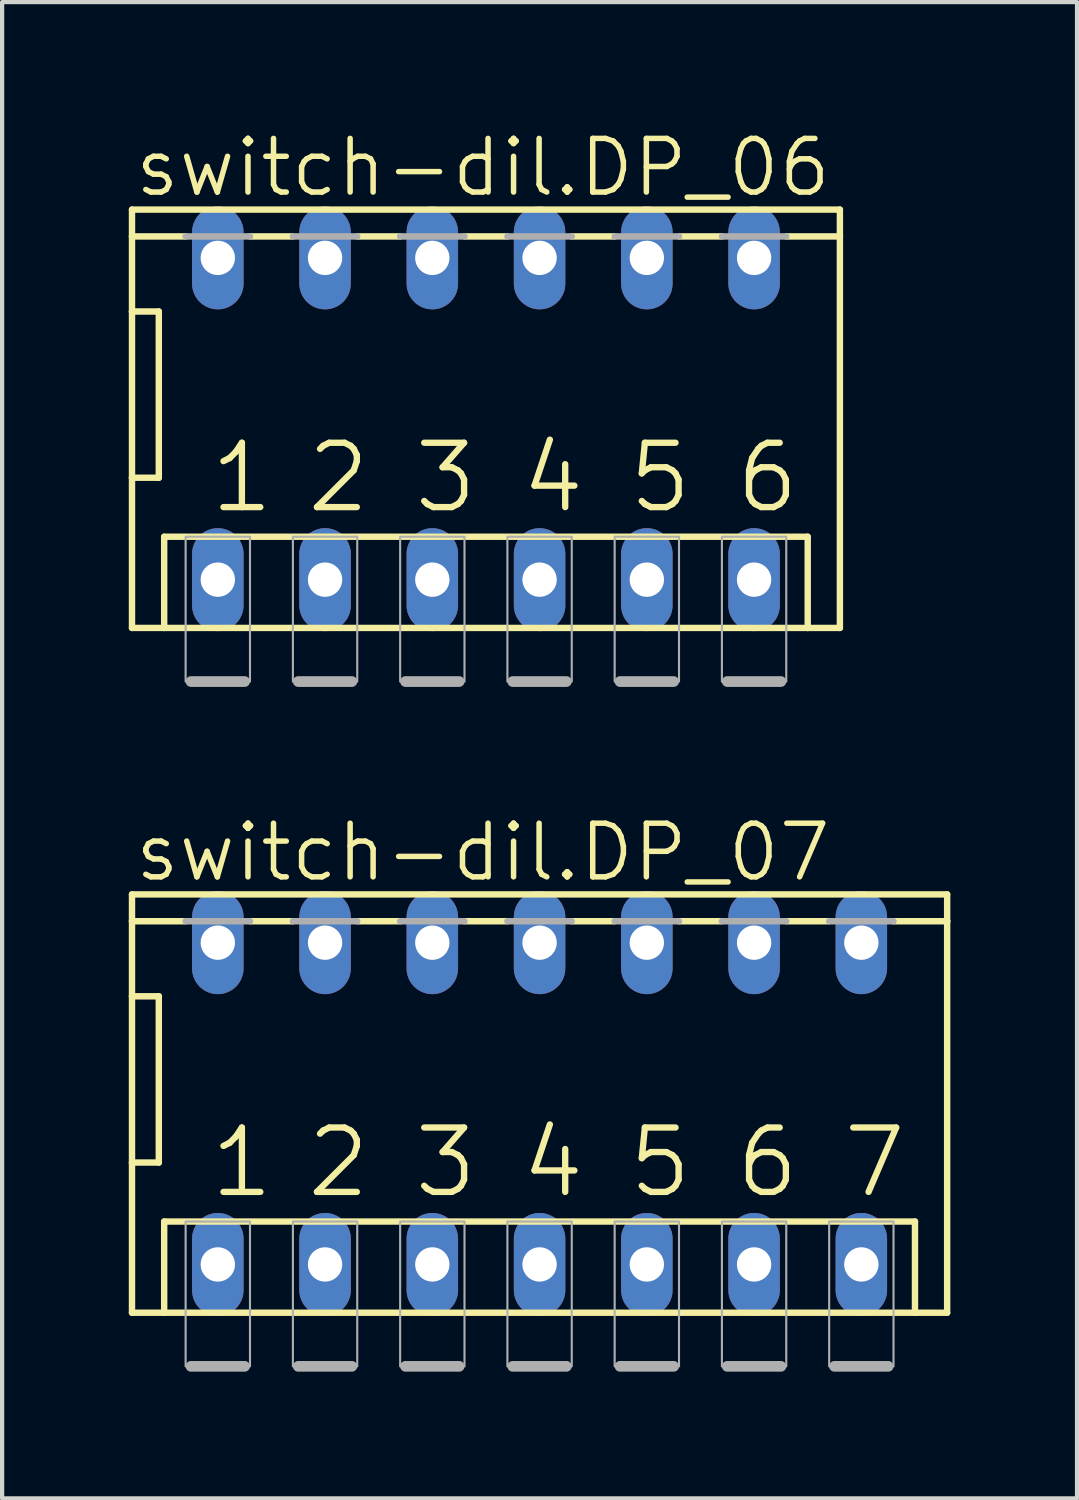
<source format=kicad_pcb>
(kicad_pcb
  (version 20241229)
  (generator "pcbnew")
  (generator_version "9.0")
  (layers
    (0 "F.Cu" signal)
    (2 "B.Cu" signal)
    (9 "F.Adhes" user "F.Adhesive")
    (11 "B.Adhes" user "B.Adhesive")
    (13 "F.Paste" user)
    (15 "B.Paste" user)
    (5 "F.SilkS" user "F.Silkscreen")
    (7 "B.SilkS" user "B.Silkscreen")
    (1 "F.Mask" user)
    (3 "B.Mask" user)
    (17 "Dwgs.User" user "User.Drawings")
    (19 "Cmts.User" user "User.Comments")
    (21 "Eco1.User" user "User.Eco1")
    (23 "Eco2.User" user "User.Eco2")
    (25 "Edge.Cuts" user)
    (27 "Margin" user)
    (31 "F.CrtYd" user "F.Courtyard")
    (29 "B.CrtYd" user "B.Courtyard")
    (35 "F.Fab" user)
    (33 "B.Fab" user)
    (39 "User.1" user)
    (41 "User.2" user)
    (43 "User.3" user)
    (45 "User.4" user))
  (footprint "switch-dil.DP_06"
    (layer "F.Cu")
    (at 8.458 6.867)
    (property "Reference" "switch-dil.DP_06" (at -8.382 -5.207 0) (layer "F.SilkS") (effects (font (size 1.27 1.27) (thickness 0.13)) (justify left bottom)))
    (attr through_hole)
    (fp_line (start -8.382 -4.953) (end -8.382 -4.318) (stroke (width 0.152) (type default)) (layer "F.SilkS"))
    (fp_line (start -8.382 -4.318) (end -8.382 -2.54) (stroke (width 0.152) (type default)) (layer "F.SilkS"))
    (fp_line (start -8.382 -2.54) (end -8.382 1.397) (stroke (width 0.152) (type default)) (layer "F.SilkS"))
    (fp_line (start -8.382 -2.54) (end -7.747 -2.54) (stroke (width 0.152) (type default)) (layer "F.SilkS"))
    (fp_line (start -8.382 1.397) (end -8.382 4.953) (stroke (width 0.152) (type default)) (layer "F.SilkS"))
    (fp_line (start -8.382 4.953) (end -7.62 4.953) (stroke (width 0.152) (type default)) (layer "F.SilkS"))
    (fp_line (start -7.747 1.397) (end -8.382 1.397) (stroke (width 0.152) (type default)) (layer "F.SilkS"))
    (fp_line (start -7.747 1.397) (end -7.747 -2.54) (stroke (width 0.152) (type default)) (layer "F.SilkS"))
    (fp_line (start -7.62 2.794) (end -7.62 4.953) (stroke (width 0.152) (type default)) (layer "F.SilkS"))
    (fp_line (start -7.62 2.794) (end 7.62 2.794) (stroke (width 0.152) (type default)) (layer "F.SilkS"))
    (fp_line (start -7.62 4.953) (end 7.62 4.953) (stroke (width 0.152) (type default)) (layer "F.SilkS"))
    (fp_line (start -7.112 -4.318) (end -8.382 -4.318) (stroke (width 0.152) (type default)) (layer "F.SilkS"))
    (fp_line (start -5.588 -4.318) (end -4.572 -4.318) (stroke (width 0.152) (type default)) (layer "F.SilkS"))
    (fp_line (start -3.048 -4.318) (end -2.032 -4.318) (stroke (width 0.152) (type default)) (layer "F.SilkS"))
    (fp_line (start -0.508 -4.318) (end 0.508 -4.318) (stroke (width 0.152) (type default)) (layer "F.SilkS"))
    (fp_line (start 2.032 -4.318) (end 3.048 -4.318) (stroke (width 0.152) (type default)) (layer "F.SilkS"))
    (fp_line (start 4.572 -4.318) (end 5.588 -4.318) (stroke (width 0.152) (type default)) (layer "F.SilkS"))
    (fp_line (start 7.62 2.794) (end 7.62 4.953) (stroke (width 0.152) (type default)) (layer "F.SilkS"))
    (fp_line (start 7.62 4.953) (end 8.382 4.953) (stroke (width 0.152) (type default)) (layer "F.SilkS"))
    (fp_line (start 8.382 -4.953) (end -8.382 -4.953) (stroke (width 0.152) (type default)) (layer "F.SilkS"))
    (fp_line (start 8.382 -4.318) (end 7.112 -4.318) (stroke (width 0.152) (type default)) (layer "F.SilkS"))
    (fp_line (start 8.382 -4.318) (end 8.382 -4.953) (stroke (width 0.152) (type default)) (layer "F.SilkS"))
    (fp_line (start 8.382 4.953) (end 8.382 -4.318) (stroke (width 0.152) (type default)) (layer "F.SilkS"))
    (fp_line (start -6.985 6.223) (end -5.715 6.223) (stroke (width 0.254) (type default)) (layer "F.Fab"))
    (fp_line (start -5.588 -4.318) (end -7.112 -4.318) (stroke (width 0.152) (type default)) (layer "F.Fab"))
    (fp_line (start -4.445 6.223) (end -3.175 6.223) (stroke (width 0.254) (type default)) (layer "F.Fab"))
    (fp_line (start -3.048 -4.318) (end -4.572 -4.318) (stroke (width 0.152) (type default)) (layer "F.Fab"))
    (fp_line (start -1.905 6.223) (end -0.635 6.223) (stroke (width 0.254) (type default)) (layer "F.Fab"))
    (fp_line (start -0.508 -4.318) (end -2.032 -4.318) (stroke (width 0.152) (type default)) (layer "F.Fab"))
    (fp_line (start 0.635 6.223) (end 1.905 6.223) (stroke (width 0.254) (type default)) (layer "F.Fab"))
    (fp_line (start 2.032 -4.318) (end 0.508 -4.318) (stroke (width 0.152) (type default)) (layer "F.Fab"))
    (fp_line (start 3.175 6.223) (end 4.445 6.223) (stroke (width 0.254) (type default)) (layer "F.Fab"))
    (fp_line (start 4.572 -4.318) (end 3.048 -4.318) (stroke (width 0.152) (type default)) (layer "F.Fab"))
    (fp_line (start 5.715 6.223) (end 6.985 6.223) (stroke (width 0.254) (type default)) (layer "F.Fab"))
    (fp_line (start 7.112 -4.318) (end 5.588 -4.318) (stroke (width 0.152) (type default)) (layer "F.Fab"))
    (fp_rect (start -7.112 6.223) (end -5.588 2.794) (stroke (width 0.05) (type default)) (fill no) (layer "F.Fab"))
    (fp_rect (start -4.572 6.223) (end -3.048 2.794) (stroke (width 0.05) (type default)) (fill no) (layer "F.Fab"))
    (fp_rect (start -2.032 6.223) (end -0.508 2.794) (stroke (width 0.05) (type default)) (fill no) (layer "F.Fab"))
    (fp_rect (start 0.508 6.223) (end 2.032 2.794) (stroke (width 0.05) (type default)) (fill no) (layer "F.Fab"))
    (fp_rect (start 3.048 6.223) (end 4.572 2.794) (stroke (width 0.05) (type default)) (fill no) (layer "F.Fab"))
    (fp_rect (start 5.588 6.223) (end 7.112 2.794) (stroke (width 0.05) (type default)) (fill no) (layer "F.Fab"))
    (fp_text user "1" (at -6.604 2.286 0) (layer "F.SilkS") (effects (font (size 1.524 1.524) (thickness 0.15)) (justify left bottom)))
    (fp_text user "3" (at -1.778 2.286 0) (layer "F.SilkS") (effects (font (size 1.524 1.524) (thickness 0.15)) (justify left bottom)))
    (fp_text user "6" (at 5.842 2.286 0) (layer "F.SilkS") (effects (font (size 1.524 1.524) (thickness 0.15)) (justify left bottom)))
    (fp_text user "4" (at 0.762 2.286 0) (layer "F.SilkS") (effects (font (size 1.524 1.524) (thickness 0.15)) (justify left bottom)))
    (fp_text user "2" (at -4.318 2.286 0) (layer "F.SilkS") (effects (font (size 1.524 1.524) (thickness 0.15)) (justify left bottom)))
    (fp_text user "5" (at 3.302 2.286 0) (layer "F.SilkS") (effects (font (size 1.524 1.524) (thickness 0.15)) (justify left bottom)))
    (pad "1" thru_hole oval (at -6.35 3.81 90) (size 2.438 1.219) (drill 0.813) (layers "*.Cu" "*.Mask"))
    (pad "2" thru_hole oval (at -3.81 3.81 90) (size 2.438 1.219) (drill 0.813) (layers "*.Cu" "*.Mask"))
    (pad "3" thru_hole oval (at -1.27 3.81 90) (size 2.438 1.219) (drill 0.813) (layers "*.Cu" "*.Mask"))
    (pad "4" thru_hole oval (at 1.27 3.81 90) (size 2.438 1.219) (drill 0.813) (layers "*.Cu" "*.Mask"))
    (pad "5" thru_hole oval (at 3.81 3.81 90) (size 2.438 1.219) (drill 0.813) (layers "*.Cu" "*.Mask"))
    (pad "6" thru_hole oval (at 6.35 3.81 90) (size 2.438 1.219) (drill 0.813) (layers "*.Cu" "*.Mask"))
    (pad "7" thru_hole oval (at 6.35 -3.81 90) (size 2.438 1.219) (drill 0.813) (layers "*.Cu" "*.Mask"))
    (pad "8" thru_hole oval (at 3.81 -3.81 90) (size 2.438 1.219) (drill 0.813) (layers "*.Cu" "*.Mask"))
    (pad "9" thru_hole oval (at 1.27 -3.81 90) (size 2.438 1.219) (drill 0.813) (layers "*.Cu" "*.Mask"))
    (pad "10" thru_hole oval (at -1.27 -3.81 90) (size 2.438 1.219) (drill 0.813) (layers "*.Cu" "*.Mask"))
    (pad "11" thru_hole oval (at -3.81 -3.81 90) (size 2.438 1.219) (drill 0.813) (layers "*.Cu" "*.Mask"))
    (pad "12" thru_hole oval (at -6.35 -3.81 90) (size 2.438 1.219) (drill 0.813) (layers "*.Cu" "*.Mask")))
  (footprint "switch-dil.DP_07"
    (layer "F.Cu")
    (at 9.728 23.084)
    (property "Reference" "switch-dil.DP_07" (at -9.652 -5.207 0) (layer "F.SilkS") (effects (font (size 1.27 1.27) (thickness 0.13)) (justify left bottom)))
    (attr through_hole)
    (fp_line (start -9.652 -4.953) (end -9.652 -4.318) (stroke (width 0.152) (type default)) (layer "F.SilkS"))
    (fp_line (start -9.652 -4.318) (end -9.652 -2.54) (stroke (width 0.152) (type default)) (layer "F.SilkS"))
    (fp_line (start -9.652 -2.54) (end -9.652 1.397) (stroke (width 0.152) (type default)) (layer "F.SilkS"))
    (fp_line (start -9.652 -2.54) (end -9.017 -2.54) (stroke (width 0.152) (type default)) (layer "F.SilkS"))
    (fp_line (start -9.652 1.397) (end -9.652 4.953) (stroke (width 0.152) (type default)) (layer "F.SilkS"))
    (fp_line (start -9.652 4.953) (end -8.89 4.953) (stroke (width 0.152) (type default)) (layer "F.SilkS"))
    (fp_line (start -9.017 1.397) (end -9.652 1.397) (stroke (width 0.152) (type default)) (layer "F.SilkS"))
    (fp_line (start -9.017 1.397) (end -9.017 -2.54) (stroke (width 0.152) (type default)) (layer "F.SilkS"))
    (fp_line (start -8.89 2.794) (end -8.89 4.953) (stroke (width 0.152) (type default)) (layer "F.SilkS"))
    (fp_line (start -8.89 2.794) (end 8.89 2.794) (stroke (width 0.152) (type default)) (layer "F.SilkS"))
    (fp_line (start -8.89 4.953) (end 8.89 4.953) (stroke (width 0.152) (type default)) (layer "F.SilkS"))
    (fp_line (start -8.382 -4.318) (end -9.652 -4.318) (stroke (width 0.152) (type default)) (layer "F.SilkS"))
    (fp_line (start -6.858 -4.318) (end -5.842 -4.318) (stroke (width 0.152) (type default)) (layer "F.SilkS"))
    (fp_line (start -4.318 -4.318) (end -3.302 -4.318) (stroke (width 0.152) (type default)) (layer "F.SilkS"))
    (fp_line (start -1.778 -4.318) (end -0.762 -4.318) (stroke (width 0.152) (type default)) (layer "F.SilkS"))
    (fp_line (start 0.762 -4.318) (end 1.778 -4.318) (stroke (width 0.152) (type default)) (layer "F.SilkS"))
    (fp_line (start 3.302 -4.318) (end 4.318 -4.318) (stroke (width 0.152) (type default)) (layer "F.SilkS"))
    (fp_line (start 5.842 -4.318) (end 6.858 -4.318) (stroke (width 0.152) (type default)) (layer "F.SilkS"))
    (fp_line (start 8.89 2.794) (end 8.89 4.953) (stroke (width 0.152) (type default)) (layer "F.SilkS"))
    (fp_line (start 8.89 4.953) (end 9.652 4.953) (stroke (width 0.152) (type default)) (layer "F.SilkS"))
    (fp_line (start 9.652 -4.953) (end -9.652 -4.953) (stroke (width 0.152) (type default)) (layer "F.SilkS"))
    (fp_line (start 9.652 -4.318) (end 8.382 -4.318) (stroke (width 0.152) (type default)) (layer "F.SilkS"))
    (fp_line (start 9.652 -4.318) (end 9.652 -4.953) (stroke (width 0.152) (type default)) (layer "F.SilkS"))
    (fp_line (start 9.652 4.953) (end 9.652 -4.318) (stroke (width 0.152) (type default)) (layer "F.SilkS"))
    (fp_line (start -8.255 6.223) (end -6.985 6.223) (stroke (width 0.254) (type default)) (layer "F.Fab"))
    (fp_line (start -6.858 -4.318) (end -8.382 -4.318) (stroke (width 0.152) (type default)) (layer "F.Fab"))
    (fp_line (start -5.715 6.223) (end -4.445 6.223) (stroke (width 0.254) (type default)) (layer "F.Fab"))
    (fp_line (start -4.318 -4.318) (end -5.842 -4.318) (stroke (width 0.152) (type default)) (layer "F.Fab"))
    (fp_line (start -3.175 6.223) (end -1.905 6.223) (stroke (width 0.254) (type default)) (layer "F.Fab"))
    (fp_line (start -1.778 -4.318) (end -3.302 -4.318) (stroke (width 0.152) (type default)) (layer "F.Fab"))
    (fp_line (start -0.635 6.223) (end 0.635 6.223) (stroke (width 0.254) (type default)) (layer "F.Fab"))
    (fp_line (start 0.762 -4.318) (end -0.762 -4.318) (stroke (width 0.152) (type default)) (layer "F.Fab"))
    (fp_line (start 1.905 6.223) (end 3.175 6.223) (stroke (width 0.254) (type default)) (layer "F.Fab"))
    (fp_line (start 3.302 -4.318) (end 1.778 -4.318) (stroke (width 0.152) (type default)) (layer "F.Fab"))
    (fp_line (start 4.445 6.223) (end 5.715 6.223) (stroke (width 0.254) (type default)) (layer "F.Fab"))
    (fp_line (start 5.842 -4.318) (end 4.318 -4.318) (stroke (width 0.152) (type default)) (layer "F.Fab"))
    (fp_line (start 6.985 6.223) (end 8.255 6.223) (stroke (width 0.254) (type default)) (layer "F.Fab"))
    (fp_line (start 8.382 -4.318) (end 6.858 -4.318) (stroke (width 0.152) (type default)) (layer "F.Fab"))
    (fp_rect (start -8.382 6.223) (end -6.858 2.794) (stroke (width 0.05) (type default)) (fill no) (layer "F.Fab"))
    (fp_rect (start -5.842 6.223) (end -4.318 2.794) (stroke (width 0.05) (type default)) (fill no) (layer "F.Fab"))
    (fp_rect (start -3.302 6.223) (end -1.778 2.794) (stroke (width 0.05) (type default)) (fill no) (layer "F.Fab"))
    (fp_rect (start -0.762 6.223) (end 0.762 2.794) (stroke (width 0.05) (type default)) (fill no) (layer "F.Fab"))
    (fp_rect (start 1.778 6.223) (end 3.302 2.794) (stroke (width 0.05) (type default)) (fill no) (layer "F.Fab"))
    (fp_rect (start 4.318 6.223) (end 5.842 2.794) (stroke (width 0.05) (type default)) (fill no) (layer "F.Fab"))
    (fp_rect (start 6.858 6.223) (end 8.382 2.794) (stroke (width 0.05) (type default)) (fill no) (layer "F.Fab"))
    (fp_text user "6" (at 4.572 2.286 0) (layer "F.SilkS") (effects (font (size 1.524 1.524) (thickness 0.15)) (justify left bottom)))
    (fp_text user "1" (at -7.874 2.286 0) (layer "F.SilkS") (effects (font (size 1.524 1.524) (thickness 0.15)) (justify left bottom)))
    (fp_text user "4" (at -0.508 2.286 0) (layer "F.SilkS") (effects (font (size 1.524 1.524) (thickness 0.15)) (justify left bottom)))
    (fp_text user "3" (at -3.048 2.286 0) (layer "F.SilkS") (effects (font (size 1.524 1.524) (thickness 0.15)) (justify left bottom)))
    (fp_text user "7" (at 7.112 2.286 0) (layer "F.SilkS") (effects (font (size 1.524 1.524) (thickness 0.15)) (justify left bottom)))
    (fp_text user "2" (at -5.588 2.286 0) (layer "F.SilkS") (effects (font (size 1.524 1.524) (thickness 0.15)) (justify left bottom)))
    (fp_text user "5" (at 2.032 2.286 0) (layer "F.SilkS") (effects (font (size 1.524 1.524) (thickness 0.15)) (justify left bottom)))
    (pad "1" thru_hole oval (at -7.62 3.81 90) (size 2.438 1.219) (drill 0.813) (layers "*.Cu" "*.Mask"))
    (pad "2" thru_hole oval (at -5.08 3.81 90) (size 2.438 1.219) (drill 0.813) (layers "*.Cu" "*.Mask"))
    (pad "3" thru_hole oval (at -2.54 3.81 90) (size 2.438 1.219) (drill 0.813) (layers "*.Cu" "*.Mask"))
    (pad "4" thru_hole oval (at 0 3.81 90) (size 2.438 1.219) (drill 0.813) (layers "*.Cu" "*.Mask"))
    (pad "5" thru_hole oval (at 2.54 3.81 90) (size 2.438 1.219) (drill 0.813) (layers "*.Cu" "*.Mask"))
    (pad "6" thru_hole oval (at 5.08 3.81 90) (size 2.438 1.219) (drill 0.813) (layers "*.Cu" "*.Mask"))
    (pad "7" thru_hole oval (at 7.62 3.81 90) (size 2.438 1.219) (drill 0.813) (layers "*.Cu" "*.Mask"))
    (pad "8" thru_hole oval (at 7.62 -3.81 90) (size 2.438 1.219) (drill 0.813) (layers "*.Cu" "*.Mask"))
    (pad "9" thru_hole oval (at 5.08 -3.81 90) (size 2.438 1.219) (drill 0.813) (layers "*.Cu" "*.Mask"))
    (pad "10" thru_hole oval (at 2.54 -3.81 90) (size 2.438 1.219) (drill 0.813) (layers "*.Cu" "*.Mask"))
    (pad "11" thru_hole oval (at 0 -3.81 90) (size 2.438 1.219) (drill 0.813) (layers "*.Cu" "*.Mask"))
    (pad "12" thru_hole oval (at -2.54 -3.81 90) (size 2.438 1.219) (drill 0.813) (layers "*.Cu" "*.Mask"))
    (pad "13" thru_hole oval (at -5.08 -3.81 90) (size 2.438 1.219) (drill 0.813) (layers "*.Cu" "*.Mask"))
    (pad "14" thru_hole oval (at -7.62 -3.81 90) (size 2.438 1.219) (drill 0.813) (layers "*.Cu" "*.Mask")))
  (gr_rect
    (start -3 -3)
    (end 22.456 32.434)
    (stroke (width 0.1) (type default))
    (fill no)
    (layer "Edge.Cuts")))
</source>
